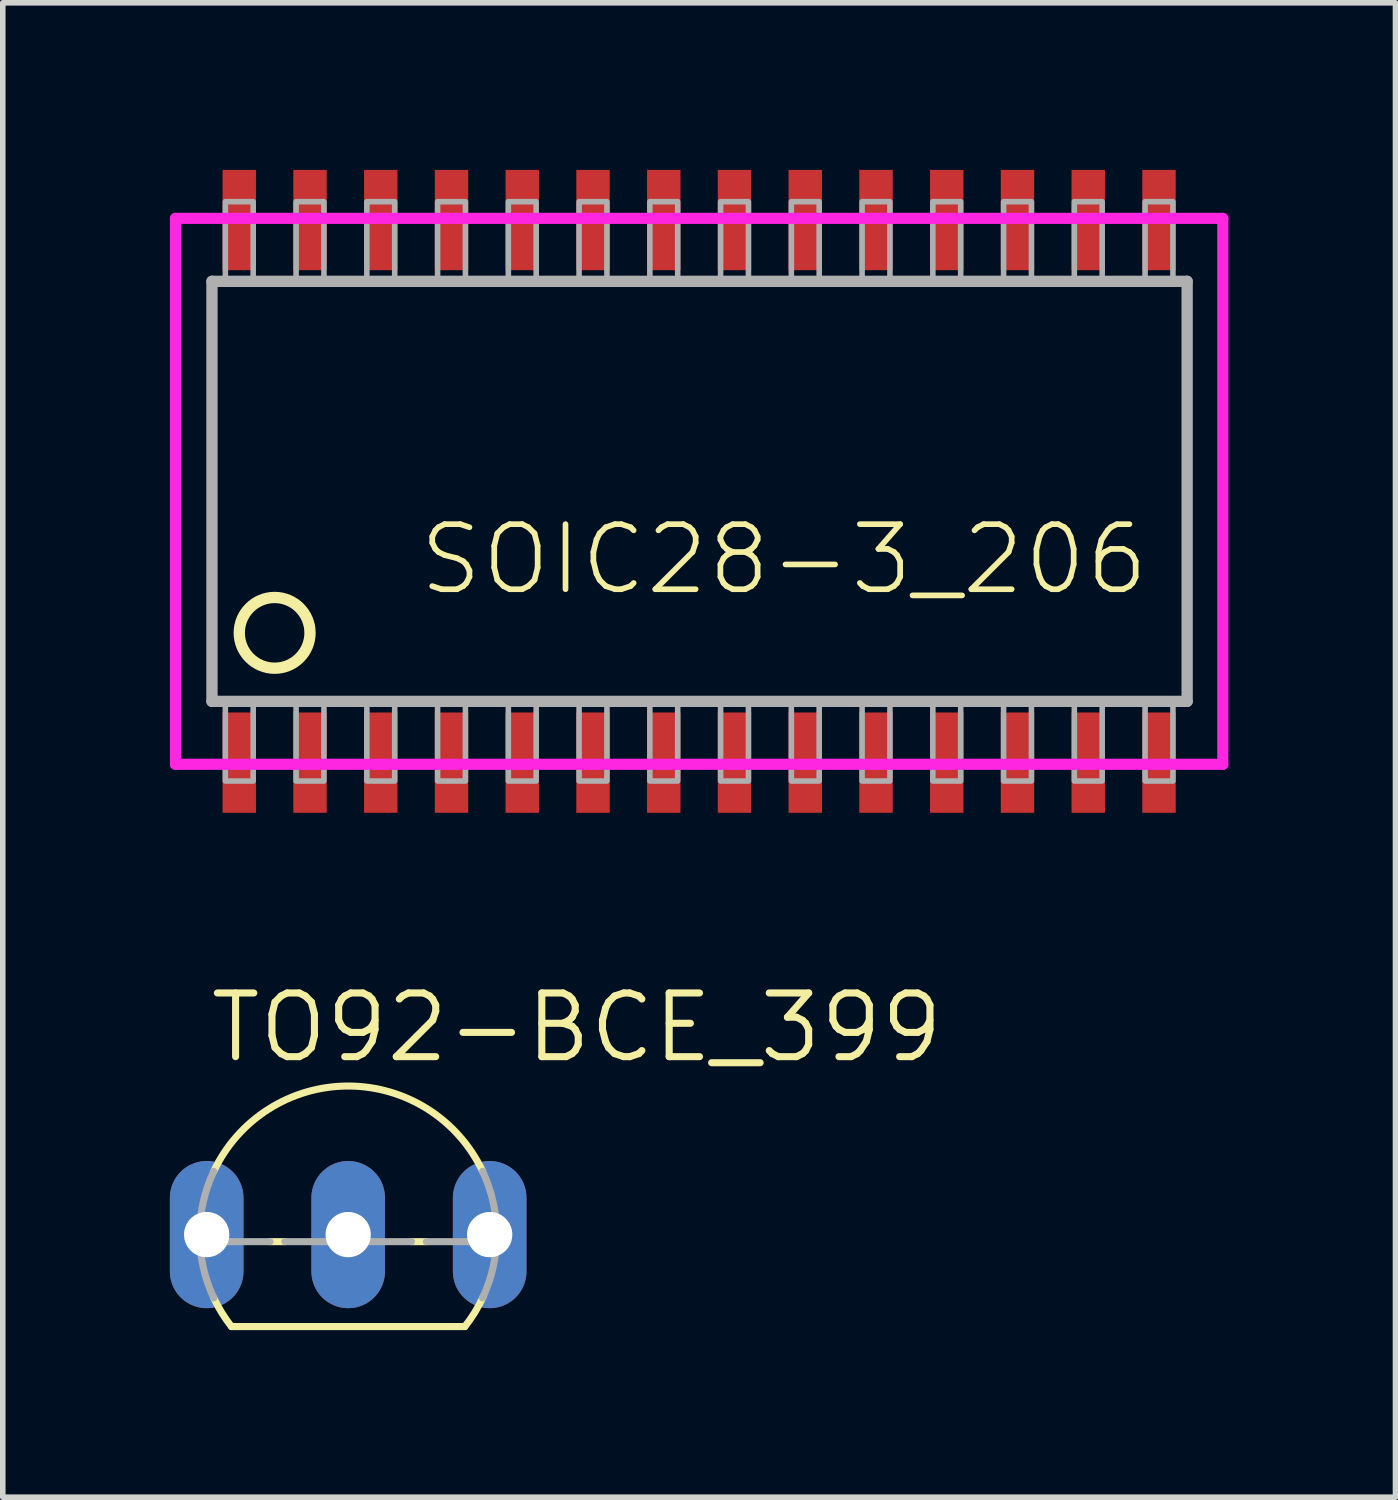
<source format=kicad_pcb>
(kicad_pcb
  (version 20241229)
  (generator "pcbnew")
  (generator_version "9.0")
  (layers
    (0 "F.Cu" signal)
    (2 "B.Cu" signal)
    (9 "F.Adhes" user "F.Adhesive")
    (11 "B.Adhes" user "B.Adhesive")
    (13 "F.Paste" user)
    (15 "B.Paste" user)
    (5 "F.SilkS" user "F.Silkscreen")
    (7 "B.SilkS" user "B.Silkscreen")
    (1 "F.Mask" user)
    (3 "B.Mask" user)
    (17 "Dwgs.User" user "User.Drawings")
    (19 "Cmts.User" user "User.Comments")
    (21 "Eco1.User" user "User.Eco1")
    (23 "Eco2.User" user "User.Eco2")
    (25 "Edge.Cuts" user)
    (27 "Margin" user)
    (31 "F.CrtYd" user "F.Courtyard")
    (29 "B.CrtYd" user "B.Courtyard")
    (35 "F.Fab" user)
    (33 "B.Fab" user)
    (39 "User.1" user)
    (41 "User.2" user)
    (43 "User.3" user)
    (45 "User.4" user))
  (footprint "SOIC28-3_206"
    (layer "F.Cu")
    (at 9.5 5.77)
    (property "Reference" "SOIC28-3_206" (at -5.08 1.905 0) (unlocked yes) (layer "F.SilkS") (effects (font (size 1.168 1.168) (thickness 0.102)) (justify left bottom)))
    (fp_circle (center -7.62 2.54) (end -6.985 2.54) (stroke (width 0.203) (type solid)) (fill no) (layer "F.SilkS"))
    (fp_line (start -9.4 -4.9) (end 9.4 -4.9) (stroke (width 0.2) (type solid)) (layer "F.CrtYd"))
    (fp_line (start -9.4 4.9) (end -9.4 -4.9) (stroke (width 0.2) (type solid)) (layer "F.CrtYd"))
    (fp_line (start 9.4 -4.9) (end 9.4 4.9) (stroke (width 0.2) (type solid)) (layer "F.CrtYd"))
    (fp_line (start 9.4 4.9) (end -9.4 4.9) (stroke (width 0.2) (type solid)) (layer "F.CrtYd"))
    (fp_line (start -8.745 -3.77) (end 8.76 -3.77) (stroke (width 0.203) (type solid)) (layer "F.Fab"))
    (fp_line (start -8.745 3.77) (end -8.745 -3.77) (stroke (width 0.203) (type solid)) (layer "F.Fab"))
    (fp_line (start 8.76 -3.77) (end 8.76 3.77) (stroke (width 0.203) (type solid)) (layer "F.Fab"))
    (fp_line (start 8.76 3.77) (end -8.745 3.77) (stroke (width 0.203) (type solid)) (layer "F.Fab"))
    (fp_poly (pts (xy -8.505 -3.78) (xy -8.005 -3.78) (xy -8.005 -5.2) (xy -8.505 -5.2)) (stroke (width 0.1) (type default)) (fill no) (layer "F.Fab"))
    (fp_poly (pts (xy -8.505 5.2) (xy -8.005 5.2) (xy -8.005 3.78) (xy -8.505 3.78)) (stroke (width 0.1) (type default)) (fill no) (layer "F.Fab"))
    (fp_poly (pts (xy -7.235 -3.78) (xy -6.735 -3.78) (xy -6.735 -5.2) (xy -7.235 -5.2)) (stroke (width 0.1) (type default)) (fill no) (layer "F.Fab"))
    (fp_poly (pts (xy -7.235 5.2) (xy -6.735 5.2) (xy -6.735 3.78) (xy -7.235 3.78)) (stroke (width 0.1) (type default)) (fill no) (layer "F.Fab"))
    (fp_poly (pts (xy -5.965 -3.78) (xy -5.465 -3.78) (xy -5.465 -5.2) (xy -5.965 -5.2)) (stroke (width 0.1) (type default)) (fill no) (layer "F.Fab"))
    (fp_poly (pts (xy -5.965 5.2) (xy -5.465 5.2) (xy -5.465 3.78) (xy -5.965 3.78)) (stroke (width 0.1) (type default)) (fill no) (layer "F.Fab"))
    (fp_poly (pts (xy -4.695 -3.78) (xy -4.195 -3.78) (xy -4.195 -5.2) (xy -4.695 -5.2)) (stroke (width 0.1) (type default)) (fill no) (layer "F.Fab"))
    (fp_poly (pts (xy -4.695 5.2) (xy -4.195 5.2) (xy -4.195 3.78) (xy -4.695 3.78)) (stroke (width 0.1) (type default)) (fill no) (layer "F.Fab"))
    (fp_poly (pts (xy -3.425 -3.78) (xy -2.925 -3.78) (xy -2.925 -5.2) (xy -3.425 -5.2)) (stroke (width 0.1) (type default)) (fill no) (layer "F.Fab"))
    (fp_poly (pts (xy -3.425 5.2) (xy -2.925 5.2) (xy -2.925 3.78) (xy -3.425 3.78)) (stroke (width 0.1) (type default)) (fill no) (layer "F.Fab"))
    (fp_poly (pts (xy -2.155 -3.78) (xy -1.655 -3.78) (xy -1.655 -5.2) (xy -2.155 -5.2)) (stroke (width 0.1) (type default)) (fill no) (layer "F.Fab"))
    (fp_poly (pts (xy -2.155 5.2) (xy -1.655 5.2) (xy -1.655 3.78) (xy -2.155 3.78)) (stroke (width 0.1) (type default)) (fill no) (layer "F.Fab"))
    (fp_poly (pts (xy -0.885 -3.78) (xy -0.385 -3.78) (xy -0.385 -5.2) (xy -0.885 -5.2)) (stroke (width 0.1) (type default)) (fill no) (layer "F.Fab"))
    (fp_poly (pts (xy -0.885 5.2) (xy -0.385 5.2) (xy -0.385 3.78) (xy -0.885 3.78)) (stroke (width 0.1) (type default)) (fill no) (layer "F.Fab"))
    (fp_poly (pts (xy 0.385 -3.78) (xy 0.885 -3.78) (xy 0.885 -5.2) (xy 0.385 -5.2)) (stroke (width 0.1) (type default)) (fill no) (layer "F.Fab"))
    (fp_poly (pts (xy 0.385 5.2) (xy 0.885 5.2) (xy 0.885 3.78) (xy 0.385 3.78)) (stroke (width 0.1) (type default)) (fill no) (layer "F.Fab"))
    (fp_poly (pts (xy 1.655 -3.78) (xy 2.155 -3.78) (xy 2.155 -5.2) (xy 1.655 -5.2)) (stroke (width 0.1) (type default)) (fill no) (layer "F.Fab"))
    (fp_poly (pts (xy 1.655 5.2) (xy 2.155 5.2) (xy 2.155 3.78) (xy 1.655 3.78)) (stroke (width 0.1) (type default)) (fill no) (layer "F.Fab"))
    (fp_poly (pts (xy 2.925 -3.78) (xy 3.425 -3.78) (xy 3.425 -5.2) (xy 2.925 -5.2)) (stroke (width 0.1) (type default)) (fill no) (layer "F.Fab"))
    (fp_poly (pts (xy 2.925 5.2) (xy 3.425 5.2) (xy 3.425 3.78) (xy 2.925 3.78)) (stroke (width 0.1) (type default)) (fill no) (layer "F.Fab"))
    (fp_poly (pts (xy 4.195 -3.78) (xy 4.695 -3.78) (xy 4.695 -5.2) (xy 4.195 -5.2)) (stroke (width 0.1) (type default)) (fill no) (layer "F.Fab"))
    (fp_poly (pts (xy 4.195 5.2) (xy 4.695 5.2) (xy 4.695 3.78) (xy 4.195 3.78)) (stroke (width 0.1) (type default)) (fill no) (layer "F.Fab"))
    (fp_poly (pts (xy 5.465 -3.78) (xy 5.965 -3.78) (xy 5.965 -5.2) (xy 5.465 -5.2)) (stroke (width 0.1) (type default)) (fill no) (layer "F.Fab"))
    (fp_poly (pts (xy 5.465 5.2) (xy 5.965 5.2) (xy 5.965 3.78) (xy 5.465 3.78)) (stroke (width 0.1) (type default)) (fill no) (layer "F.Fab"))
    (fp_poly (pts (xy 6.735 -3.78) (xy 7.235 -3.78) (xy 7.235 -5.2) (xy 6.735 -5.2)) (stroke (width 0.1) (type default)) (fill no) (layer "F.Fab"))
    (fp_poly (pts (xy 6.735 5.2) (xy 7.235 5.2) (xy 7.235 3.78) (xy 6.735 3.78)) (stroke (width 0.1) (type default)) (fill no) (layer "F.Fab"))
    (fp_poly (pts (xy 8.005 -3.78) (xy 8.505 -3.78) (xy 8.505 -5.2) (xy 8.005 -5.2)) (stroke (width 0.1) (type default)) (fill no) (layer "F.Fab"))
    (fp_poly (pts (xy 8.005 5.2) (xy 8.505 5.2) (xy 8.505 3.78) (xy 8.005 3.78)) (stroke (width 0.1) (type default)) (fill no) (layer "F.Fab"))
    (pad "1" smd rect (at -8.255 4.87) (size 0.6 1.8) (layers "F.Cu" "F.Mask" "F.Paste"))
    (pad "2" smd rect (at -6.985 4.87) (size 0.6 1.8) (layers "F.Cu" "F.Mask" "F.Paste"))
    (pad "3" smd rect (at -5.715 4.87) (size 0.6 1.8) (layers "F.Cu" "F.Mask" "F.Paste"))
    (pad "4" smd rect (at -4.445 4.87) (size 0.6 1.8) (layers "F.Cu" "F.Mask" "F.Paste"))
    (pad "5" smd rect (at -3.175 4.87) (size 0.6 1.8) (layers "F.Cu" "F.Mask" "F.Paste"))
    (pad "6" smd rect (at -1.905 4.87) (size 0.6 1.8) (layers "F.Cu" "F.Mask" "F.Paste"))
    (pad "7" smd rect (at -0.635 4.87) (size 0.6 1.8) (layers "F.Cu" "F.Mask" "F.Paste"))
    (pad "8" smd rect (at 0.635 4.87) (size 0.6 1.8) (layers "F.Cu" "F.Mask" "F.Paste"))
    (pad "9" smd rect (at 1.905 4.87) (size 0.6 1.8) (layers "F.Cu" "F.Mask" "F.Paste"))
    (pad "10" smd rect (at 3.175 4.87) (size 0.6 1.8) (layers "F.Cu" "F.Mask" "F.Paste"))
    (pad "11" smd rect (at 4.445 4.87) (size 0.6 1.8) (layers "F.Cu" "F.Mask" "F.Paste"))
    (pad "12" smd rect (at 5.715 4.87) (size 0.6 1.8) (layers "F.Cu" "F.Mask" "F.Paste"))
    (pad "13" smd rect (at 6.985 4.87) (size 0.6 1.8) (layers "F.Cu" "F.Mask" "F.Paste"))
    (pad "14" smd rect (at 8.255 4.87) (size 0.6 1.8) (layers "F.Cu" "F.Mask" "F.Paste"))
    (pad "15" smd rect (at 8.255 -4.87) (size 0.6 1.8) (layers "F.Cu" "F.Mask" "F.Paste"))
    (pad "16" smd rect (at 6.985 -4.87) (size 0.6 1.8) (layers "F.Cu" "F.Mask" "F.Paste"))
    (pad "17" smd rect (at 5.715 -4.87) (size 0.6 1.8) (layers "F.Cu" "F.Mask" "F.Paste"))
    (pad "18" smd rect (at 4.445 -4.87) (size 0.6 1.8) (layers "F.Cu" "F.Mask" "F.Paste"))
    (pad "19" smd rect (at 3.175 -4.87) (size 0.6 1.8) (layers "F.Cu" "F.Mask" "F.Paste"))
    (pad "20" smd rect (at 1.905 -4.87) (size 0.6 1.8) (layers "F.Cu" "F.Mask" "F.Paste"))
    (pad "21" smd rect (at 0.635 -4.87) (size 0.6 1.8) (layers "F.Cu" "F.Mask" "F.Paste"))
    (pad "22" smd rect (at -0.635 -4.87) (size 0.6 1.8) (layers "F.Cu" "F.Mask" "F.Paste"))
    (pad "23" smd rect (at -1.905 -4.87) (size 0.6 1.8) (layers "F.Cu" "F.Mask" "F.Paste"))
    (pad "24" smd rect (at -3.175 -4.87) (size 0.6 1.8) (layers "F.Cu" "F.Mask" "F.Paste"))
    (pad "25" smd rect (at -4.445 -4.87) (size 0.6 1.8) (layers "F.Cu" "F.Mask" "F.Paste"))
    (pad "26" smd rect (at -5.715 -4.87) (size 0.6 1.8) (layers "F.Cu" "F.Mask" "F.Paste"))
    (pad "27" smd rect (at -6.985 -4.87) (size 0.6 1.8) (layers "F.Cu" "F.Mask" "F.Paste"))
    (pad "28" smd rect (at -8.255 -4.87) (size 0.6 1.8) (layers "F.Cu" "F.Mask" "F.Paste")))
  (footprint "TO92-BCE_399"
    (layer "F.Cu")
    (at 3.2 19.112)
    (property "Reference" "TO92-BCE_399" (at -2.54 -3.048 0) (unlocked yes) (layer "F.SilkS") (effects (font (size 1.143 1.143) (thickness 0.127)) (justify left bottom)))
    (fp_line (start -2.095 1.651) (end 2.095 1.651) (stroke (width 0.127) (type solid)) (layer "F.SilkS"))
    (fp_line (start -1.136 0.127) (end -1.404 0.127) (stroke (width 0.127) (type solid)) (layer "F.SilkS"))
    (fp_line (start 1.404 0.127) (end 1.136 0.127) (stroke (width 0.127) (type solid)) (layer "F.SilkS"))
    (fp_arc (start -2.413 -1.1359) (mid -0.000001 -2.666986) (end 2.412999 -1.135901) (stroke (width 0.127) (type solid)) (layer "F.SilkS"))
    (fp_arc (start -2.095 1.651) (mid -2.268918 1.40252) (end -2.4135 1.1359) (stroke (width 0.127) (type solid)) (layer "F.SilkS"))
    (fp_arc (start 2.4247 1.1118) (mid 2.275878 1.391201) (end 2.095 1.651) (stroke (width 0.127) (type solid)) (layer "F.SilkS"))
    (fp_line (start -1.404 0.127) (end -2.664 0.127) (stroke (width 0.127) (type solid)) (layer "F.Fab"))
    (fp_line (start 1.136 0.127) (end -1.136 0.127) (stroke (width 0.127) (type solid)) (layer "F.Fab"))
    (fp_line (start 2.664 0.127) (end 1.404 0.127) (stroke (width 0.127) (type solid)) (layer "F.Fab"))
    (fp_arc (start -2.413 1.1359) (mid -2.666991 0) (end -2.413 -1.1359) (stroke (width 0.127) (type solid)) (layer "F.Fab"))
    (fp_arc (start 2.413 -1.1359) (mid 2.666991 0) (end 2.413 1.1359) (stroke (width 0.127) (type solid)) (layer "F.Fab"))
    (pad "B" thru_hole oval (at 2.54 0 90) (size 2.642 1.321) (drill 0.813) (layers "*.Cu" "*.Mask"))
    (pad "C" thru_hole oval (at 0 0 90) (size 2.642 1.321) (drill 0.813) (layers "*.Cu" "*.Mask"))
    (pad "E" thru_hole oval (at -2.54 0 90) (size 2.642 1.321) (drill 0.813) (layers "*.Cu" "*.Mask")))
  (gr_rect
    (start -3 -3)
    (end 22 23.826)
    (stroke (width 0.1) (type default))
    (fill no)
    (layer "Edge.Cuts")))
</source>
